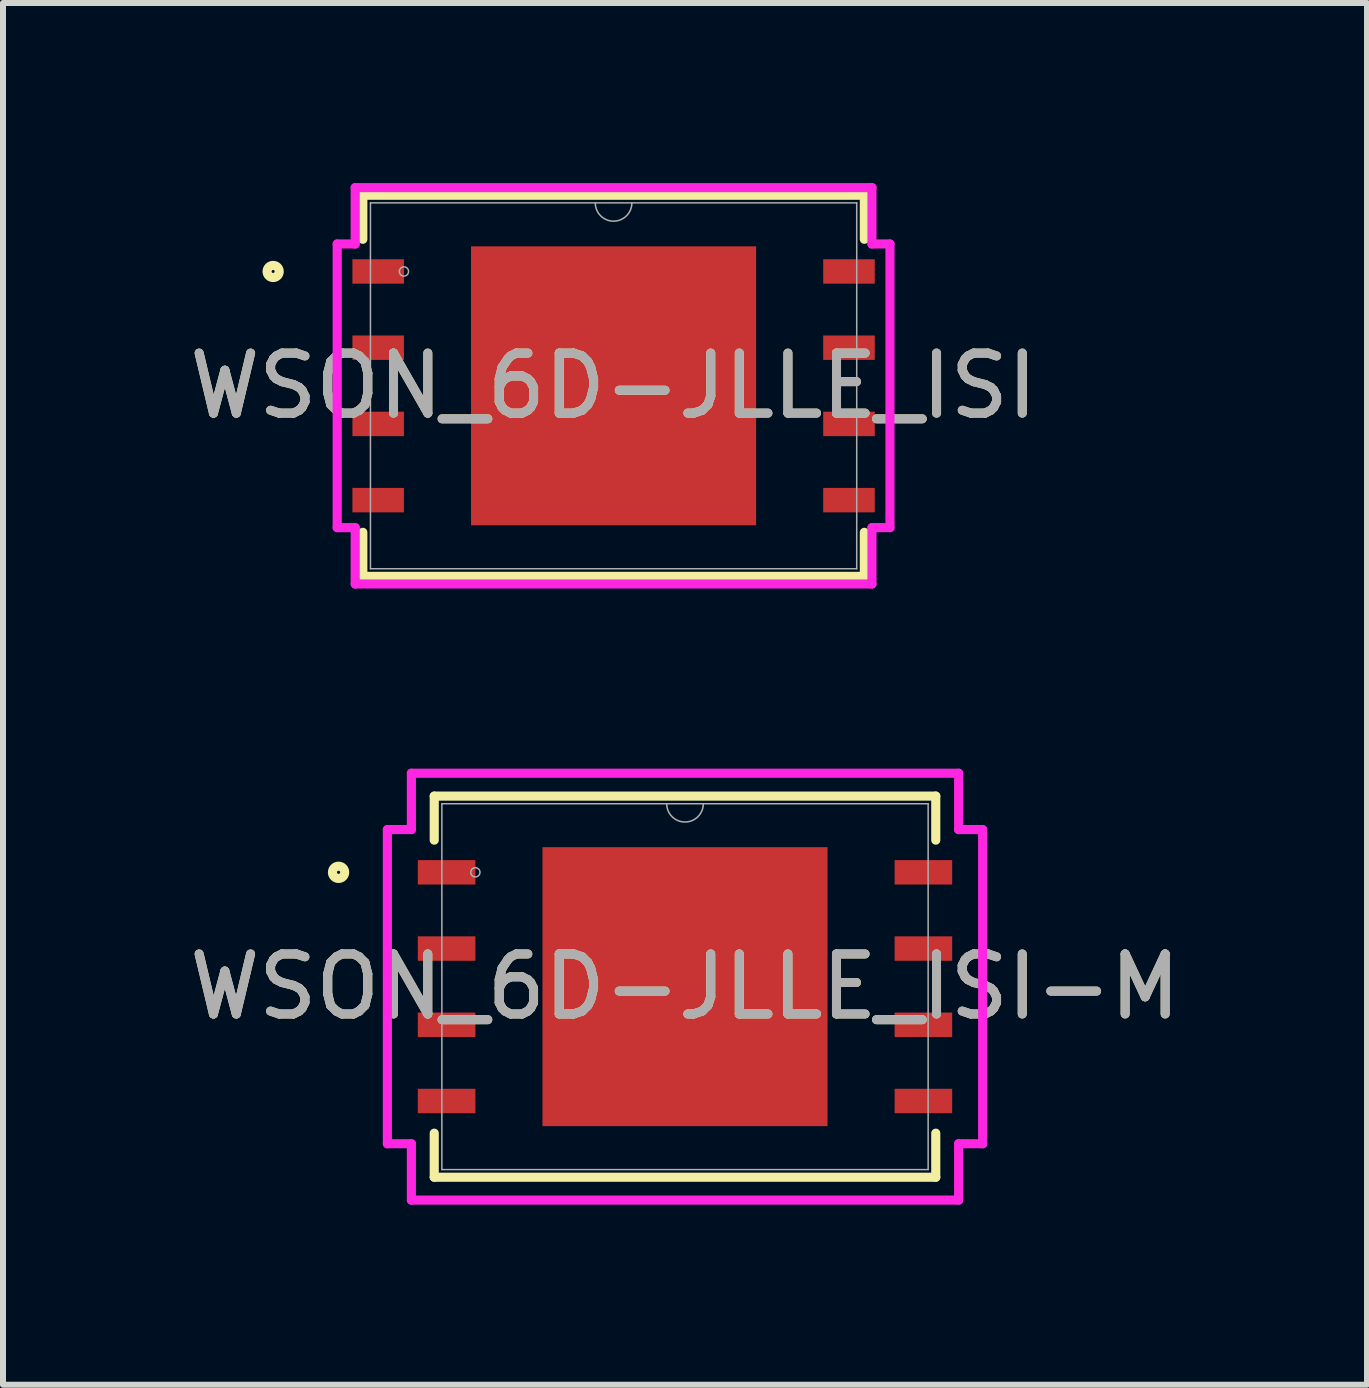
<source format=kicad_pcb>
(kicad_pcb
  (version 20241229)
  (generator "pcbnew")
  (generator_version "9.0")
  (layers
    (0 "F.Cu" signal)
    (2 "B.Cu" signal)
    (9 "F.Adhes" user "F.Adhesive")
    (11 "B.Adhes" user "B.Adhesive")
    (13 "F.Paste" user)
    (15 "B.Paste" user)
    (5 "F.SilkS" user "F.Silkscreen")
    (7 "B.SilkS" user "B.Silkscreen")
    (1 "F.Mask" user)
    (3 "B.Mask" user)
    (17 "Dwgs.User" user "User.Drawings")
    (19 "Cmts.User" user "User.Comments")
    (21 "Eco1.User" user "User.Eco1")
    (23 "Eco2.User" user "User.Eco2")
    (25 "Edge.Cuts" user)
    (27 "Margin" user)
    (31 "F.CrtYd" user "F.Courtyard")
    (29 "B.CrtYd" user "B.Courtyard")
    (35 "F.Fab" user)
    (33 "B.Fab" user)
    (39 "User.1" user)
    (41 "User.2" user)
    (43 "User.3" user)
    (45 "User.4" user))
  (footprint "WSON_6D-JLLE_ISI-M"
    (layer "F.Cu")
    (at 8.363 13.389)
    (property "Reference" "WSON_6D-JLLE_ISI-M" (at 0 0 0) (unlocked yes) (layer "F.SilkS") (effects (font (size 1 1) (thickness 0.15))))
    (attr smd)
    (fp_line (start -4.178 -3.175) (end -4.178 -2.441) (stroke (width 0.152) (type solid)) (layer "F.SilkS"))
    (fp_line (start -4.178 2.441) (end -4.178 3.175) (stroke (width 0.152) (type solid)) (layer "F.SilkS"))
    (fp_line (start -4.178 3.175) (end 4.178 3.175) (stroke (width 0.152) (type solid)) (layer "F.SilkS"))
    (fp_line (start 4.178 -3.175) (end -4.178 -3.175) (stroke (width 0.152) (type solid)) (layer "F.SilkS"))
    (fp_line (start 4.178 -2.441) (end 4.178 -3.175) (stroke (width 0.152) (type solid)) (layer "F.SilkS"))
    (fp_line (start 4.178 3.175) (end 4.178 2.441) (stroke (width 0.152) (type solid)) (layer "F.SilkS"))
    (fp_circle (center -5.772 -1.905) (end -5.67 -1.905) (stroke (width 0.152) (type solid)) (fill no) (layer "F.SilkS"))
    (fp_poly (pts (xy -2.275 -2.224) (xy -2.275 -0.875) (xy -0.892 -0.875) (xy -0.892 -2.224)) (stroke (width 0) (type solid)) (fill yes) (layer "F.Paste"))
    (fp_poly (pts (xy -2.275 -0.675) (xy -2.275 0.675) (xy -0.892 0.675) (xy -0.892 -0.675)) (stroke (width 0) (type solid)) (fill yes) (layer "F.Paste"))
    (fp_poly (pts (xy -2.275 0.875) (xy -2.275 2.224) (xy -0.892 2.224) (xy -0.892 0.875)) (stroke (width 0) (type solid)) (fill yes) (layer "F.Paste"))
    (fp_poly (pts (xy -0.692 -2.224) (xy -0.692 -0.875) (xy 0.692 -0.875) (xy 0.692 -2.224)) (stroke (width 0) (type solid)) (fill yes) (layer "F.Paste"))
    (fp_poly (pts (xy -0.692 -0.675) (xy -0.692 0.675) (xy 0.692 0.675) (xy 0.692 -0.675)) (stroke (width 0) (type solid)) (fill yes) (layer "F.Paste"))
    (fp_poly (pts (xy -0.692 0.875) (xy -0.692 2.224) (xy 0.692 2.224) (xy 0.692 0.875)) (stroke (width 0) (type solid)) (fill yes) (layer "F.Paste"))
    (fp_poly (pts (xy 0.892 -2.224) (xy 0.892 -0.875) (xy 2.275 -0.875) (xy 2.275 -2.224)) (stroke (width 0) (type solid)) (fill yes) (layer "F.Paste"))
    (fp_poly (pts (xy 0.892 -0.675) (xy 0.892 0.675) (xy 2.275 0.675) (xy 2.275 -0.675)) (stroke (width 0) (type solid)) (fill yes) (layer "F.Paste"))
    (fp_poly (pts (xy 0.892 0.875) (xy 0.892 2.224) (xy 2.275 2.224) (xy 2.275 0.875)) (stroke (width 0) (type solid)) (fill yes) (layer "F.Paste"))
    (fp_line (start -4.959 -2.617) (end -4.559 -2.617) (stroke (width 0.152) (type solid)) (layer "F.CrtYd"))
    (fp_line (start -4.959 2.617) (end -4.959 -2.617) (stroke (width 0.152) (type solid)) (layer "F.CrtYd"))
    (fp_line (start -4.959 2.617) (end -4.559 2.617) (stroke (width 0.152) (type solid)) (layer "F.CrtYd"))
    (fp_line (start -4.559 -3.556) (end 4.559 -3.556) (stroke (width 0.152) (type solid)) (layer "F.CrtYd"))
    (fp_line (start -4.559 -2.617) (end -4.559 -3.556) (stroke (width 0.152) (type solid)) (layer "F.CrtYd"))
    (fp_line (start -4.559 3.556) (end -4.559 2.617) (stroke (width 0.152) (type solid)) (layer "F.CrtYd"))
    (fp_line (start 4.559 -3.556) (end 4.559 -2.617) (stroke (width 0.152) (type solid)) (layer "F.CrtYd"))
    (fp_line (start 4.559 2.617) (end 4.559 3.556) (stroke (width 0.152) (type solid)) (layer "F.CrtYd"))
    (fp_line (start 4.559 3.556) (end -4.559 3.556) (stroke (width 0.152) (type solid)) (layer "F.CrtYd"))
    (fp_line (start 4.959 -2.617) (end 4.559 -2.617) (stroke (width 0.152) (type solid)) (layer "F.CrtYd"))
    (fp_line (start 4.959 -2.617) (end 4.959 2.617) (stroke (width 0.152) (type solid)) (layer "F.CrtYd"))
    (fp_line (start 4.959 2.617) (end 4.559 2.617) (stroke (width 0.152) (type solid)) (layer "F.CrtYd"))
    (fp_line (start -4.051 -3.048) (end -4.051 3.048) (stroke (width 0.025) (type solid)) (layer "F.Fab"))
    (fp_line (start -4.051 3.048) (end 4.051 3.048) (stroke (width 0.025) (type solid)) (layer "F.Fab"))
    (fp_line (start 4.051 -3.048) (end -4.051 -3.048) (stroke (width 0.025) (type solid)) (layer "F.Fab"))
    (fp_line (start 4.051 3.048) (end 4.051 -3.048) (stroke (width 0.025) (type solid)) (layer "F.Fab"))
    (fp_arc (start 0.3048 -3.048) (mid 0 -2.7432) (end -0.3048 -3.048) (stroke (width 0.0254) (type solid)) (layer "F.Fab"))
    (fp_circle (center -3.493 -1.905) (end -3.416 -1.905) (stroke (width 0.025) (type solid)) (fill no) (layer "F.Fab"))
    (fp_text user "${REFERENCE}" (at 0 0 0) (unlocked yes) (layer "F.Fab") (effects (font (size 1 1) (thickness 0.15))))
    (pad "1" smd rect (at -3.972 -1.905) (size 0.959 0.407) (layers "F.Cu" "F.Mask" "F.Paste"))
    (pad "2" smd rect (at -3.972 -0.635) (size 0.959 0.407) (layers "F.Cu" "F.Mask" "F.Paste"))
    (pad "3" smd rect (at -3.972 0.635) (size 0.959 0.407) (layers "F.Cu" "F.Mask" "F.Paste"))
    (pad "4" smd rect (at -3.972 1.905) (size 0.959 0.407) (layers "F.Cu" "F.Mask" "F.Paste"))
    (pad "5" smd rect (at 3.972 1.905) (size 0.959 0.407) (layers "F.Cu" "F.Mask" "F.Paste"))
    (pad "6" smd rect (at 3.972 0.635) (size 0.959 0.407) (layers "F.Cu" "F.Mask" "F.Paste"))
    (pad "7" smd rect (at 3.972 -0.635) (size 0.959 0.407) (layers "F.Cu" "F.Mask" "F.Paste"))
    (pad "8" smd rect (at 3.972 -1.905) (size 0.959 0.407) (layers "F.Cu" "F.Mask" "F.Paste"))
    (pad "9" smd rect (at 0 0) (size 4.75 4.648) (layers "F.Cu" "F.Mask" "F.Paste")))
  (footprint "WSON_6D-JLLE_ISI"
    (layer "F.Cu")
    (at 7.173 3.378)
    (property "Reference" "WSON_6D-JLLE_ISI" (at 0 0 0) (unlocked yes) (layer "F.SilkS") (effects (font (size 1 1) (thickness 0.15))))
    (attr smd)
    (fp_line (start -4.178 -3.175) (end -4.178 -2.441) (stroke (width 0.152) (type solid)) (layer "F.SilkS"))
    (fp_line (start -4.178 2.441) (end -4.178 3.175) (stroke (width 0.152) (type solid)) (layer "F.SilkS"))
    (fp_line (start -4.178 3.175) (end 4.178 3.175) (stroke (width 0.152) (type solid)) (layer "F.SilkS"))
    (fp_line (start 4.178 -3.175) (end -4.178 -3.175) (stroke (width 0.152) (type solid)) (layer "F.SilkS"))
    (fp_line (start 4.178 -2.441) (end 4.178 -3.175) (stroke (width 0.152) (type solid)) (layer "F.SilkS"))
    (fp_line (start 4.178 3.175) (end 4.178 2.441) (stroke (width 0.152) (type solid)) (layer "F.SilkS"))
    (fp_circle (center -5.672 -1.905) (end -5.571 -1.905) (stroke (width 0.152) (type solid)) (fill no) (layer "F.SilkS"))
    (fp_poly (pts (xy -2.275 -2.224) (xy -2.275 -0.875) (xy -0.892 -0.875) (xy -0.892 -2.224)) (stroke (width 0) (type solid)) (fill yes) (layer "F.Paste"))
    (fp_poly (pts (xy -2.275 -0.675) (xy -2.275 0.675) (xy -0.892 0.675) (xy -0.892 -0.675)) (stroke (width 0) (type solid)) (fill yes) (layer "F.Paste"))
    (fp_poly (pts (xy -2.275 0.875) (xy -2.275 2.224) (xy -0.892 2.224) (xy -0.892 0.875)) (stroke (width 0) (type solid)) (fill yes) (layer "F.Paste"))
    (fp_poly (pts (xy -0.692 -2.224) (xy -0.692 -0.875) (xy 0.692 -0.875) (xy 0.692 -2.224)) (stroke (width 0) (type solid)) (fill yes) (layer "F.Paste"))
    (fp_poly (pts (xy -0.692 -0.675) (xy -0.692 0.675) (xy 0.692 0.675) (xy 0.692 -0.675)) (stroke (width 0) (type solid)) (fill yes) (layer "F.Paste"))
    (fp_poly (pts (xy -0.692 0.875) (xy -0.692 2.224) (xy 0.692 2.224) (xy 0.692 0.875)) (stroke (width 0) (type solid)) (fill yes) (layer "F.Paste"))
    (fp_poly (pts (xy 0.892 -2.224) (xy 0.892 -0.875) (xy 2.275 -0.875) (xy 2.275 -2.224)) (stroke (width 0) (type solid)) (fill yes) (layer "F.Paste"))
    (fp_poly (pts (xy 0.892 -0.675) (xy 0.892 0.675) (xy 2.275 0.675) (xy 2.275 -0.675)) (stroke (width 0) (type solid)) (fill yes) (layer "F.Paste"))
    (fp_poly (pts (xy 0.892 0.875) (xy 0.892 2.224) (xy 2.275 2.224) (xy 2.275 0.875)) (stroke (width 0) (type solid)) (fill yes) (layer "F.Paste"))
    (fp_line (start -4.605 -2.363) (end -4.305 -2.363) (stroke (width 0.152) (type solid)) (layer "F.CrtYd"))
    (fp_line (start -4.605 2.363) (end -4.605 -2.363) (stroke (width 0.152) (type solid)) (layer "F.CrtYd"))
    (fp_line (start -4.605 2.363) (end -4.305 2.363) (stroke (width 0.152) (type solid)) (layer "F.CrtYd"))
    (fp_line (start -4.305 -3.302) (end 4.305 -3.302) (stroke (width 0.152) (type solid)) (layer "F.CrtYd"))
    (fp_line (start -4.305 -2.363) (end -4.305 -3.302) (stroke (width 0.152) (type solid)) (layer "F.CrtYd"))
    (fp_line (start -4.305 3.302) (end -4.305 2.363) (stroke (width 0.152) (type solid)) (layer "F.CrtYd"))
    (fp_line (start 4.305 -3.302) (end 4.305 -2.363) (stroke (width 0.152) (type solid)) (layer "F.CrtYd"))
    (fp_line (start 4.305 2.363) (end 4.305 3.302) (stroke (width 0.152) (type solid)) (layer "F.CrtYd"))
    (fp_line (start 4.305 3.302) (end -4.305 3.302) (stroke (width 0.152) (type solid)) (layer "F.CrtYd"))
    (fp_line (start 4.605 -2.363) (end 4.305 -2.363) (stroke (width 0.152) (type solid)) (layer "F.CrtYd"))
    (fp_line (start 4.605 -2.363) (end 4.605 2.363) (stroke (width 0.152) (type solid)) (layer "F.CrtYd"))
    (fp_line (start 4.605 2.363) (end 4.305 2.363) (stroke (width 0.152) (type solid)) (layer "F.CrtYd"))
    (fp_line (start -4.051 -3.048) (end -4.051 3.048) (stroke (width 0.025) (type solid)) (layer "F.Fab"))
    (fp_line (start -4.051 3.048) (end 4.051 3.048) (stroke (width 0.025) (type solid)) (layer "F.Fab"))
    (fp_line (start 4.051 -3.048) (end -4.051 -3.048) (stroke (width 0.025) (type solid)) (layer "F.Fab"))
    (fp_line (start 4.051 3.048) (end 4.051 -3.048) (stroke (width 0.025) (type solid)) (layer "F.Fab"))
    (fp_arc (start 0.3048 -3.048) (mid 0 -2.7432) (end -0.3048 -3.048) (stroke (width 0.0254) (type solid)) (layer "F.Fab"))
    (fp_circle (center -3.493 -1.905) (end -3.416 -1.905) (stroke (width 0.025) (type solid)) (fill no) (layer "F.Fab"))
    (fp_text user "${REFERENCE}" (at 0 0 0) (unlocked yes) (layer "F.Fab") (effects (font (size 1 1) (thickness 0.15))))
    (pad "1" smd rect (at -3.922 -1.905) (size 0.859 0.407) (layers "F.Cu" "F.Mask" "F.Paste"))
    (pad "2" smd rect (at -3.922 -0.635) (size 0.859 0.407) (layers "F.Cu" "F.Mask" "F.Paste"))
    (pad "3" smd rect (at -3.922 0.635) (size 0.859 0.407) (layers "F.Cu" "F.Mask" "F.Paste"))
    (pad "4" smd rect (at -3.922 1.905) (size 0.859 0.407) (layers "F.Cu" "F.Mask" "F.Paste"))
    (pad "5" smd rect (at 3.922 1.905) (size 0.859 0.407) (layers "F.Cu" "F.Mask" "F.Paste"))
    (pad "6" smd rect (at 3.922 0.635) (size 0.859 0.407) (layers "F.Cu" "F.Mask" "F.Paste"))
    (pad "7" smd rect (at 3.922 -0.635) (size 0.859 0.407) (layers "F.Cu" "F.Mask" "F.Paste"))
    (pad "8" smd rect (at 3.922 -1.905) (size 0.859 0.407) (layers "F.Cu" "F.Mask" "F.Paste"))
    (pad "9" smd rect (at 0 0) (size 4.75 4.648) (layers "F.Cu" "F.Mask" "F.Paste")))
  (gr_rect
    (start -3 -3)
    (end 19.726 20.021)
    (stroke (width 0.1) (type default))
    (fill no)
    (layer "Edge.Cuts")))
</source>
